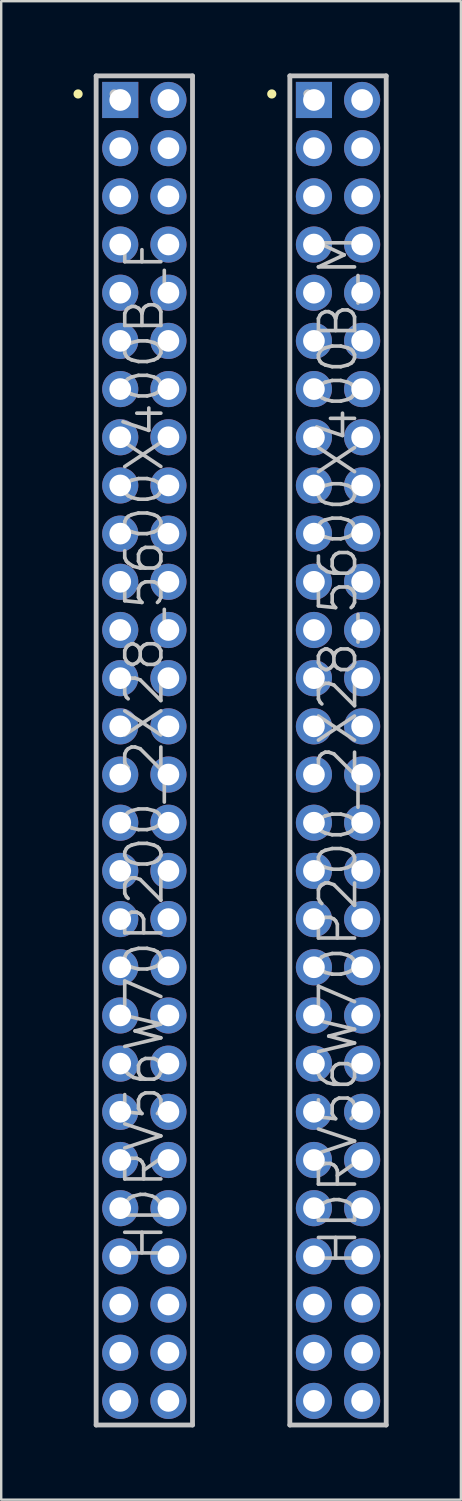
<source format=kicad_pcb>
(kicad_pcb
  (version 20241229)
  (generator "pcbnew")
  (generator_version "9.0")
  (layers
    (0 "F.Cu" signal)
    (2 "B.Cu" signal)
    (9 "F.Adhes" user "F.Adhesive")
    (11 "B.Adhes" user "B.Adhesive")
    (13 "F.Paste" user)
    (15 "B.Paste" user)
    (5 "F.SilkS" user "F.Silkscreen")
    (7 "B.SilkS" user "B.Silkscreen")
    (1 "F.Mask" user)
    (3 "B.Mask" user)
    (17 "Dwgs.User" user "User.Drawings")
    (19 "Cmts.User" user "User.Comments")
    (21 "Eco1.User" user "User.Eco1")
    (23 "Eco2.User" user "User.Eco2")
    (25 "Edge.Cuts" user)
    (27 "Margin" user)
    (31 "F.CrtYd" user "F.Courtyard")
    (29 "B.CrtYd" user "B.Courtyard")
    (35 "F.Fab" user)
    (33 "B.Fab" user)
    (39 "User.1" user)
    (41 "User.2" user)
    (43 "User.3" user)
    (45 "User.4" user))
  (footprint "HDRV56W70P200_2X28_5600X400B_M"
    (layer "F.Cu")
    (at 10.981 28.1)
    (property "Reference" "HDRV56W70P200_2X28_5600X400B_M" (at 0 0 90) (layer "Dwgs.User") (effects (font (size 1.5 1.5) (thickness 0.15))))
    (attr through_hole)
    (fp_line (start -2.75 -27.25) (end -2.75 -27.25) (stroke (width 0.381) (type solid)) (layer "F.SilkS"))
    (fp_line (start -2 -28) (end -2 28) (stroke (width 0.2) (type solid)) (layer "Dwgs.User"))
    (fp_line (start -2 -28) (end 2 -28) (stroke (width 0.2) (type solid)) (layer "Dwgs.User"))
    (fp_line (start -2 28) (end 2 28) (stroke (width 0.2) (type solid)) (layer "Dwgs.User"))
    (fp_line (start -1.25 -27.25) (end -1.25 -27.25) (stroke (width 0.381) (type solid)) (layer "Dwgs.User"))
    (fp_line (start 2 -28) (end 2 28) (stroke (width 0.2) (type solid)) (layer "Dwgs.User"))
    (pad "1" thru_hole rect (at -1 -27) (size 1.5 1.5) (drill 0.9) (layers "*.Cu" "*.Mask"))
    (pad "2" thru_hole circle (at 1 -27 270) (size 1.5 1.5) (drill 0.9) (layers "*.Cu" "*.Mask"))
    (pad "3" thru_hole circle (at -1 -25 270) (size 1.5 1.5) (drill 0.9) (layers "*.Cu" "*.Mask"))
    (pad "4" thru_hole circle (at 1 -25 270) (size 1.5 1.5) (drill 0.9) (layers "*.Cu" "*.Mask"))
    (pad "5" thru_hole circle (at -1 -23 270) (size 1.5 1.5) (drill 0.9) (layers "*.Cu" "*.Mask"))
    (pad "6" thru_hole circle (at 1 -23 270) (size 1.5 1.5) (drill 0.9) (layers "*.Cu" "*.Mask"))
    (pad "7" thru_hole circle (at -1 -21 270) (size 1.5 1.5) (drill 0.9) (layers "*.Cu" "*.Mask"))
    (pad "8" thru_hole circle (at 1 -21 270) (size 1.5 1.5) (drill 0.9) (layers "*.Cu" "*.Mask"))
    (pad "9" thru_hole circle (at -1 -19 270) (size 1.5 1.5) (drill 0.9) (layers "*.Cu" "*.Mask"))
    (pad "10" thru_hole circle (at 1 -19 270) (size 1.5 1.5) (drill 0.9) (layers "*.Cu" "*.Mask"))
    (pad "11" thru_hole circle (at -1 -17 270) (size 1.5 1.5) (drill 0.9) (layers "*.Cu" "*.Mask"))
    (pad "12" thru_hole circle (at 1 -17 270) (size 1.5 1.5) (drill 0.9) (layers "*.Cu" "*.Mask"))
    (pad "13" thru_hole circle (at -1 -15 270) (size 1.5 1.5) (drill 0.9) (layers "*.Cu" "*.Mask"))
    (pad "14" thru_hole circle (at 1 -15 270) (size 1.5 1.5) (drill 0.9) (layers "*.Cu" "*.Mask"))
    (pad "15" thru_hole circle (at -1 -13 270) (size 1.5 1.5) (drill 0.9) (layers "*.Cu" "*.Mask"))
    (pad "16" thru_hole circle (at 1 -13 270) (size 1.5 1.5) (drill 0.9) (layers "*.Cu" "*.Mask"))
    (pad "17" thru_hole circle (at -1 -11 270) (size 1.5 1.5) (drill 0.9) (layers "*.Cu" "*.Mask"))
    (pad "18" thru_hole circle (at 1 -11 270) (size 1.5 1.5) (drill 0.9) (layers "*.Cu" "*.Mask"))
    (pad "19" thru_hole circle (at -1 -9 270) (size 1.5 1.5) (drill 0.9) (layers "*.Cu" "*.Mask"))
    (pad "20" thru_hole circle (at 1 -9 270) (size 1.5 1.5) (drill 0.9) (layers "*.Cu" "*.Mask"))
    (pad "21" thru_hole circle (at -1 -7 270) (size 1.5 1.5) (drill 0.9) (layers "*.Cu" "*.Mask"))
    (pad "22" thru_hole circle (at 1 -7 270) (size 1.5 1.5) (drill 0.9) (layers "*.Cu" "*.Mask"))
    (pad "23" thru_hole circle (at -1 -5 270) (size 1.5 1.5) (drill 0.9) (layers "*.Cu" "*.Mask"))
    (pad "24" thru_hole circle (at 1 -5 270) (size 1.5 1.5) (drill 0.9) (layers "*.Cu" "*.Mask"))
    (pad "25" thru_hole circle (at -1 -3 270) (size 1.5 1.5) (drill 0.9) (layers "*.Cu" "*.Mask"))
    (pad "26" thru_hole circle (at 1 -3 270) (size 1.5 1.5) (drill 0.9) (layers "*.Cu" "*.Mask"))
    (pad "27" thru_hole circle (at -1 -1 270) (size 1.5 1.5) (drill 0.9) (layers "*.Cu" "*.Mask"))
    (pad "28" thru_hole circle (at 1 -1 270) (size 1.5 1.5) (drill 0.9) (layers "*.Cu" "*.Mask"))
    (pad "29" thru_hole circle (at -1 1 270) (size 1.5 1.5) (drill 0.9) (layers "*.Cu" "*.Mask"))
    (pad "30" thru_hole circle (at 1 1 270) (size 1.5 1.5) (drill 0.9) (layers "*.Cu" "*.Mask"))
    (pad "31" thru_hole circle (at -1 3 270) (size 1.5 1.5) (drill 0.9) (layers "*.Cu" "*.Mask"))
    (pad "32" thru_hole circle (at 1 3 270) (size 1.5 1.5) (drill 0.9) (layers "*.Cu" "*.Mask"))
    (pad "33" thru_hole circle (at -1 5 270) (size 1.5 1.5) (drill 0.9) (layers "*.Cu" "*.Mask"))
    (pad "34" thru_hole circle (at 1 5 270) (size 1.5 1.5) (drill 0.9) (layers "*.Cu" "*.Mask"))
    (pad "35" thru_hole circle (at -1 7 270) (size 1.5 1.5) (drill 0.9) (layers "*.Cu" "*.Mask"))
    (pad "36" thru_hole circle (at 1 7 270) (size 1.5 1.5) (drill 0.9) (layers "*.Cu" "*.Mask"))
    (pad "37" thru_hole circle (at -1 9 270) (size 1.5 1.5) (drill 0.9) (layers "*.Cu" "*.Mask"))
    (pad "38" thru_hole circle (at 1 9 270) (size 1.5 1.5) (drill 0.9) (layers "*.Cu" "*.Mask"))
    (pad "39" thru_hole circle (at -1 11 270) (size 1.5 1.5) (drill 0.9) (layers "*.Cu" "*.Mask"))
    (pad "40" thru_hole circle (at 1 11 270) (size 1.5 1.5) (drill 0.9) (layers "*.Cu" "*.Mask"))
    (pad "41" thru_hole circle (at -1 13 270) (size 1.5 1.5) (drill 0.9) (layers "*.Cu" "*.Mask"))
    (pad "42" thru_hole circle (at 1 13 270) (size 1.5 1.5) (drill 0.9) (layers "*.Cu" "*.Mask"))
    (pad "43" thru_hole circle (at -1 15 270) (size 1.5 1.5) (drill 0.9) (layers "*.Cu" "*.Mask"))
    (pad "44" thru_hole circle (at 1 15 270) (size 1.5 1.5) (drill 0.9) (layers "*.Cu" "*.Mask"))
    (pad "45" thru_hole circle (at -1 17 270) (size 1.5 1.5) (drill 0.9) (layers "*.Cu" "*.Mask"))
    (pad "46" thru_hole circle (at 1 17 270) (size 1.5 1.5) (drill 0.9) (layers "*.Cu" "*.Mask"))
    (pad "47" thru_hole circle (at -1 19 270) (size 1.5 1.5) (drill 0.9) (layers "*.Cu" "*.Mask"))
    (pad "48" thru_hole circle (at 1 19 270) (size 1.5 1.5) (drill 0.9) (layers "*.Cu" "*.Mask"))
    (pad "49" thru_hole circle (at -1 21 270) (size 1.5 1.5) (drill 0.9) (layers "*.Cu" "*.Mask"))
    (pad "50" thru_hole circle (at 1 21 270) (size 1.5 1.5) (drill 0.9) (layers "*.Cu" "*.Mask"))
    (pad "51" thru_hole circle (at -1 23 270) (size 1.5 1.5) (drill 0.9) (layers "*.Cu" "*.Mask"))
    (pad "52" thru_hole circle (at 1 23 270) (size 1.5 1.5) (drill 0.9) (layers "*.Cu" "*.Mask"))
    (pad "53" thru_hole circle (at -1 25 270) (size 1.5 1.5) (drill 0.9) (layers "*.Cu" "*.Mask"))
    (pad "54" thru_hole circle (at 1 25 270) (size 1.5 1.5) (drill 0.9) (layers "*.Cu" "*.Mask"))
    (pad "55" thru_hole circle (at -1 27 270) (size 1.5 1.5) (drill 0.9) (layers "*.Cu" "*.Mask"))
    (pad "56" thru_hole circle (at 1 27 270) (size 1.5 1.5) (drill 0.9) (layers "*.Cu" "*.Mask")))
  (footprint "HDRV56W70P200_2X28_5600X400B_F"
    (layer "F.Cu")
    (at 2.941 28.1)
    (property "Reference" "HDRV56W70P200_2X28_5600X400B_F" (at 0 0 90) (layer "Dwgs.User") (effects (font (size 1.5 1.5) (thickness 0.15))))
    (attr through_hole)
    (fp_line (start -2.75 -27.25) (end -2.75 -27.25) (stroke (width 0.381) (type solid)) (layer "F.SilkS"))
    (fp_line (start -2 -28) (end -2 28) (stroke (width 0.2) (type solid)) (layer "Dwgs.User"))
    (fp_line (start -2 -28) (end 2 -28) (stroke (width 0.2) (type solid)) (layer "Dwgs.User"))
    (fp_line (start -2 28) (end 2 28) (stroke (width 0.2) (type solid)) (layer "Dwgs.User"))
    (fp_line (start -1.25 -27.25) (end -1.25 -27.25) (stroke (width 0.381) (type solid)) (layer "Dwgs.User"))
    (fp_line (start 2 -28) (end 2 28) (stroke (width 0.2) (type solid)) (layer "Dwgs.User"))
    (pad "1" thru_hole rect (at -1 -27) (size 1.5 1.5) (drill 0.9) (layers "*.Cu" "*.Mask"))
    (pad "2" thru_hole circle (at 1 -27 270) (size 1.5 1.5) (drill 0.9) (layers "*.Cu" "*.Mask"))
    (pad "3" thru_hole circle (at -1 -25 270) (size 1.5 1.5) (drill 0.9) (layers "*.Cu" "*.Mask"))
    (pad "4" thru_hole circle (at 1 -25 270) (size 1.5 1.5) (drill 0.9) (layers "*.Cu" "*.Mask"))
    (pad "5" thru_hole circle (at -1 -23 270) (size 1.5 1.5) (drill 0.9) (layers "*.Cu" "*.Mask"))
    (pad "6" thru_hole circle (at 1 -23 270) (size 1.5 1.5) (drill 0.9) (layers "*.Cu" "*.Mask"))
    (pad "7" thru_hole circle (at -1 -21 270) (size 1.5 1.5) (drill 0.9) (layers "*.Cu" "*.Mask"))
    (pad "8" thru_hole circle (at 1 -21 270) (size 1.5 1.5) (drill 0.9) (layers "*.Cu" "*.Mask"))
    (pad "9" thru_hole circle (at -1 -19 270) (size 1.5 1.5) (drill 0.9) (layers "*.Cu" "*.Mask"))
    (pad "10" thru_hole circle (at 1 -19 270) (size 1.5 1.5) (drill 0.9) (layers "*.Cu" "*.Mask"))
    (pad "11" thru_hole circle (at -1 -17 270) (size 1.5 1.5) (drill 0.9) (layers "*.Cu" "*.Mask"))
    (pad "12" thru_hole circle (at 1 -17 270) (size 1.5 1.5) (drill 0.9) (layers "*.Cu" "*.Mask"))
    (pad "13" thru_hole circle (at -1 -15 270) (size 1.5 1.5) (drill 0.9) (layers "*.Cu" "*.Mask"))
    (pad "14" thru_hole circle (at 1 -15 270) (size 1.5 1.5) (drill 0.9) (layers "*.Cu" "*.Mask"))
    (pad "15" thru_hole circle (at -1 -13 270) (size 1.5 1.5) (drill 0.9) (layers "*.Cu" "*.Mask"))
    (pad "16" thru_hole circle (at 1 -13 270) (size 1.5 1.5) (drill 0.9) (layers "*.Cu" "*.Mask"))
    (pad "17" thru_hole circle (at -1 -11 270) (size 1.5 1.5) (drill 0.9) (layers "*.Cu" "*.Mask"))
    (pad "18" thru_hole circle (at 1 -11 270) (size 1.5 1.5) (drill 0.9) (layers "*.Cu" "*.Mask"))
    (pad "19" thru_hole circle (at -1 -9 270) (size 1.5 1.5) (drill 0.9) (layers "*.Cu" "*.Mask"))
    (pad "20" thru_hole circle (at 1 -9 270) (size 1.5 1.5) (drill 0.9) (layers "*.Cu" "*.Mask"))
    (pad "21" thru_hole circle (at -1 -7 270) (size 1.5 1.5) (drill 0.9) (layers "*.Cu" "*.Mask"))
    (pad "22" thru_hole circle (at 1 -7 270) (size 1.5 1.5) (drill 0.9) (layers "*.Cu" "*.Mask"))
    (pad "23" thru_hole circle (at -1 -5 270) (size 1.5 1.5) (drill 0.9) (layers "*.Cu" "*.Mask"))
    (pad "24" thru_hole circle (at 1 -5 270) (size 1.5 1.5) (drill 0.9) (layers "*.Cu" "*.Mask"))
    (pad "25" thru_hole circle (at -1 -3 270) (size 1.5 1.5) (drill 0.9) (layers "*.Cu" "*.Mask"))
    (pad "26" thru_hole circle (at 1 -3 270) (size 1.5 1.5) (drill 0.9) (layers "*.Cu" "*.Mask"))
    (pad "27" thru_hole circle (at -1 -1 270) (size 1.5 1.5) (drill 0.9) (layers "*.Cu" "*.Mask"))
    (pad "28" thru_hole circle (at 1 -1 270) (size 1.5 1.5) (drill 0.9) (layers "*.Cu" "*.Mask"))
    (pad "29" thru_hole circle (at -1 1 270) (size 1.5 1.5) (drill 0.9) (layers "*.Cu" "*.Mask"))
    (pad "30" thru_hole circle (at 1 1 270) (size 1.5 1.5) (drill 0.9) (layers "*.Cu" "*.Mask"))
    (pad "31" thru_hole circle (at -1 3 270) (size 1.5 1.5) (drill 0.9) (layers "*.Cu" "*.Mask"))
    (pad "32" thru_hole circle (at 1 3 270) (size 1.5 1.5) (drill 0.9) (layers "*.Cu" "*.Mask"))
    (pad "33" thru_hole circle (at -1 5 270) (size 1.5 1.5) (drill 0.9) (layers "*.Cu" "*.Mask"))
    (pad "34" thru_hole circle (at 1 5 270) (size 1.5 1.5) (drill 0.9) (layers "*.Cu" "*.Mask"))
    (pad "35" thru_hole circle (at -1 7 270) (size 1.5 1.5) (drill 0.9) (layers "*.Cu" "*.Mask"))
    (pad "36" thru_hole circle (at 1 7 270) (size 1.5 1.5) (drill 0.9) (layers "*.Cu" "*.Mask"))
    (pad "37" thru_hole circle (at -1 9 270) (size 1.5 1.5) (drill 0.9) (layers "*.Cu" "*.Mask"))
    (pad "38" thru_hole circle (at 1 9 270) (size 1.5 1.5) (drill 0.9) (layers "*.Cu" "*.Mask"))
    (pad "39" thru_hole circle (at -1 11 270) (size 1.5 1.5) (drill 0.9) (layers "*.Cu" "*.Mask"))
    (pad "40" thru_hole circle (at 1 11 270) (size 1.5 1.5) (drill 0.9) (layers "*.Cu" "*.Mask"))
    (pad "41" thru_hole circle (at -1 13 270) (size 1.5 1.5) (drill 0.9) (layers "*.Cu" "*.Mask"))
    (pad "42" thru_hole circle (at 1 13 270) (size 1.5 1.5) (drill 0.9) (layers "*.Cu" "*.Mask"))
    (pad "43" thru_hole circle (at -1 15 270) (size 1.5 1.5) (drill 0.9) (layers "*.Cu" "*.Mask"))
    (pad "44" thru_hole circle (at 1 15 270) (size 1.5 1.5) (drill 0.9) (layers "*.Cu" "*.Mask"))
    (pad "45" thru_hole circle (at -1 17 270) (size 1.5 1.5) (drill 0.9) (layers "*.Cu" "*.Mask"))
    (pad "46" thru_hole circle (at 1 17 270) (size 1.5 1.5) (drill 0.9) (layers "*.Cu" "*.Mask"))
    (pad "47" thru_hole circle (at -1 19 270) (size 1.5 1.5) (drill 0.9) (layers "*.Cu" "*.Mask"))
    (pad "48" thru_hole circle (at 1 19 270) (size 1.5 1.5) (drill 0.9) (layers "*.Cu" "*.Mask"))
    (pad "49" thru_hole circle (at -1 21 270) (size 1.5 1.5) (drill 0.9) (layers "*.Cu" "*.Mask"))
    (pad "50" thru_hole circle (at 1 21 270) (size 1.5 1.5) (drill 0.9) (layers "*.Cu" "*.Mask"))
    (pad "51" thru_hole circle (at -1 23 270) (size 1.5 1.5) (drill 0.9) (layers "*.Cu" "*.Mask"))
    (pad "52" thru_hole circle (at 1 23 270) (size 1.5 1.5) (drill 0.9) (layers "*.Cu" "*.Mask"))
    (pad "53" thru_hole circle (at -1 25 270) (size 1.5 1.5) (drill 0.9) (layers "*.Cu" "*.Mask"))
    (pad "54" thru_hole circle (at 1 25 270) (size 1.5 1.5) (drill 0.9) (layers "*.Cu" "*.Mask"))
    (pad "55" thru_hole circle (at -1 27 270) (size 1.5 1.5) (drill 0.9) (layers "*.Cu" "*.Mask"))
    (pad "56" thru_hole circle (at 1 27 270) (size 1.5 1.5) (drill 0.9) (layers "*.Cu" "*.Mask")))
  (gr_rect
    (start -3 -3)
    (end 16.081 59.2)
    (stroke (width 0.1) (type default))
    (fill no)
    (layer "Edge.Cuts")))
</source>
